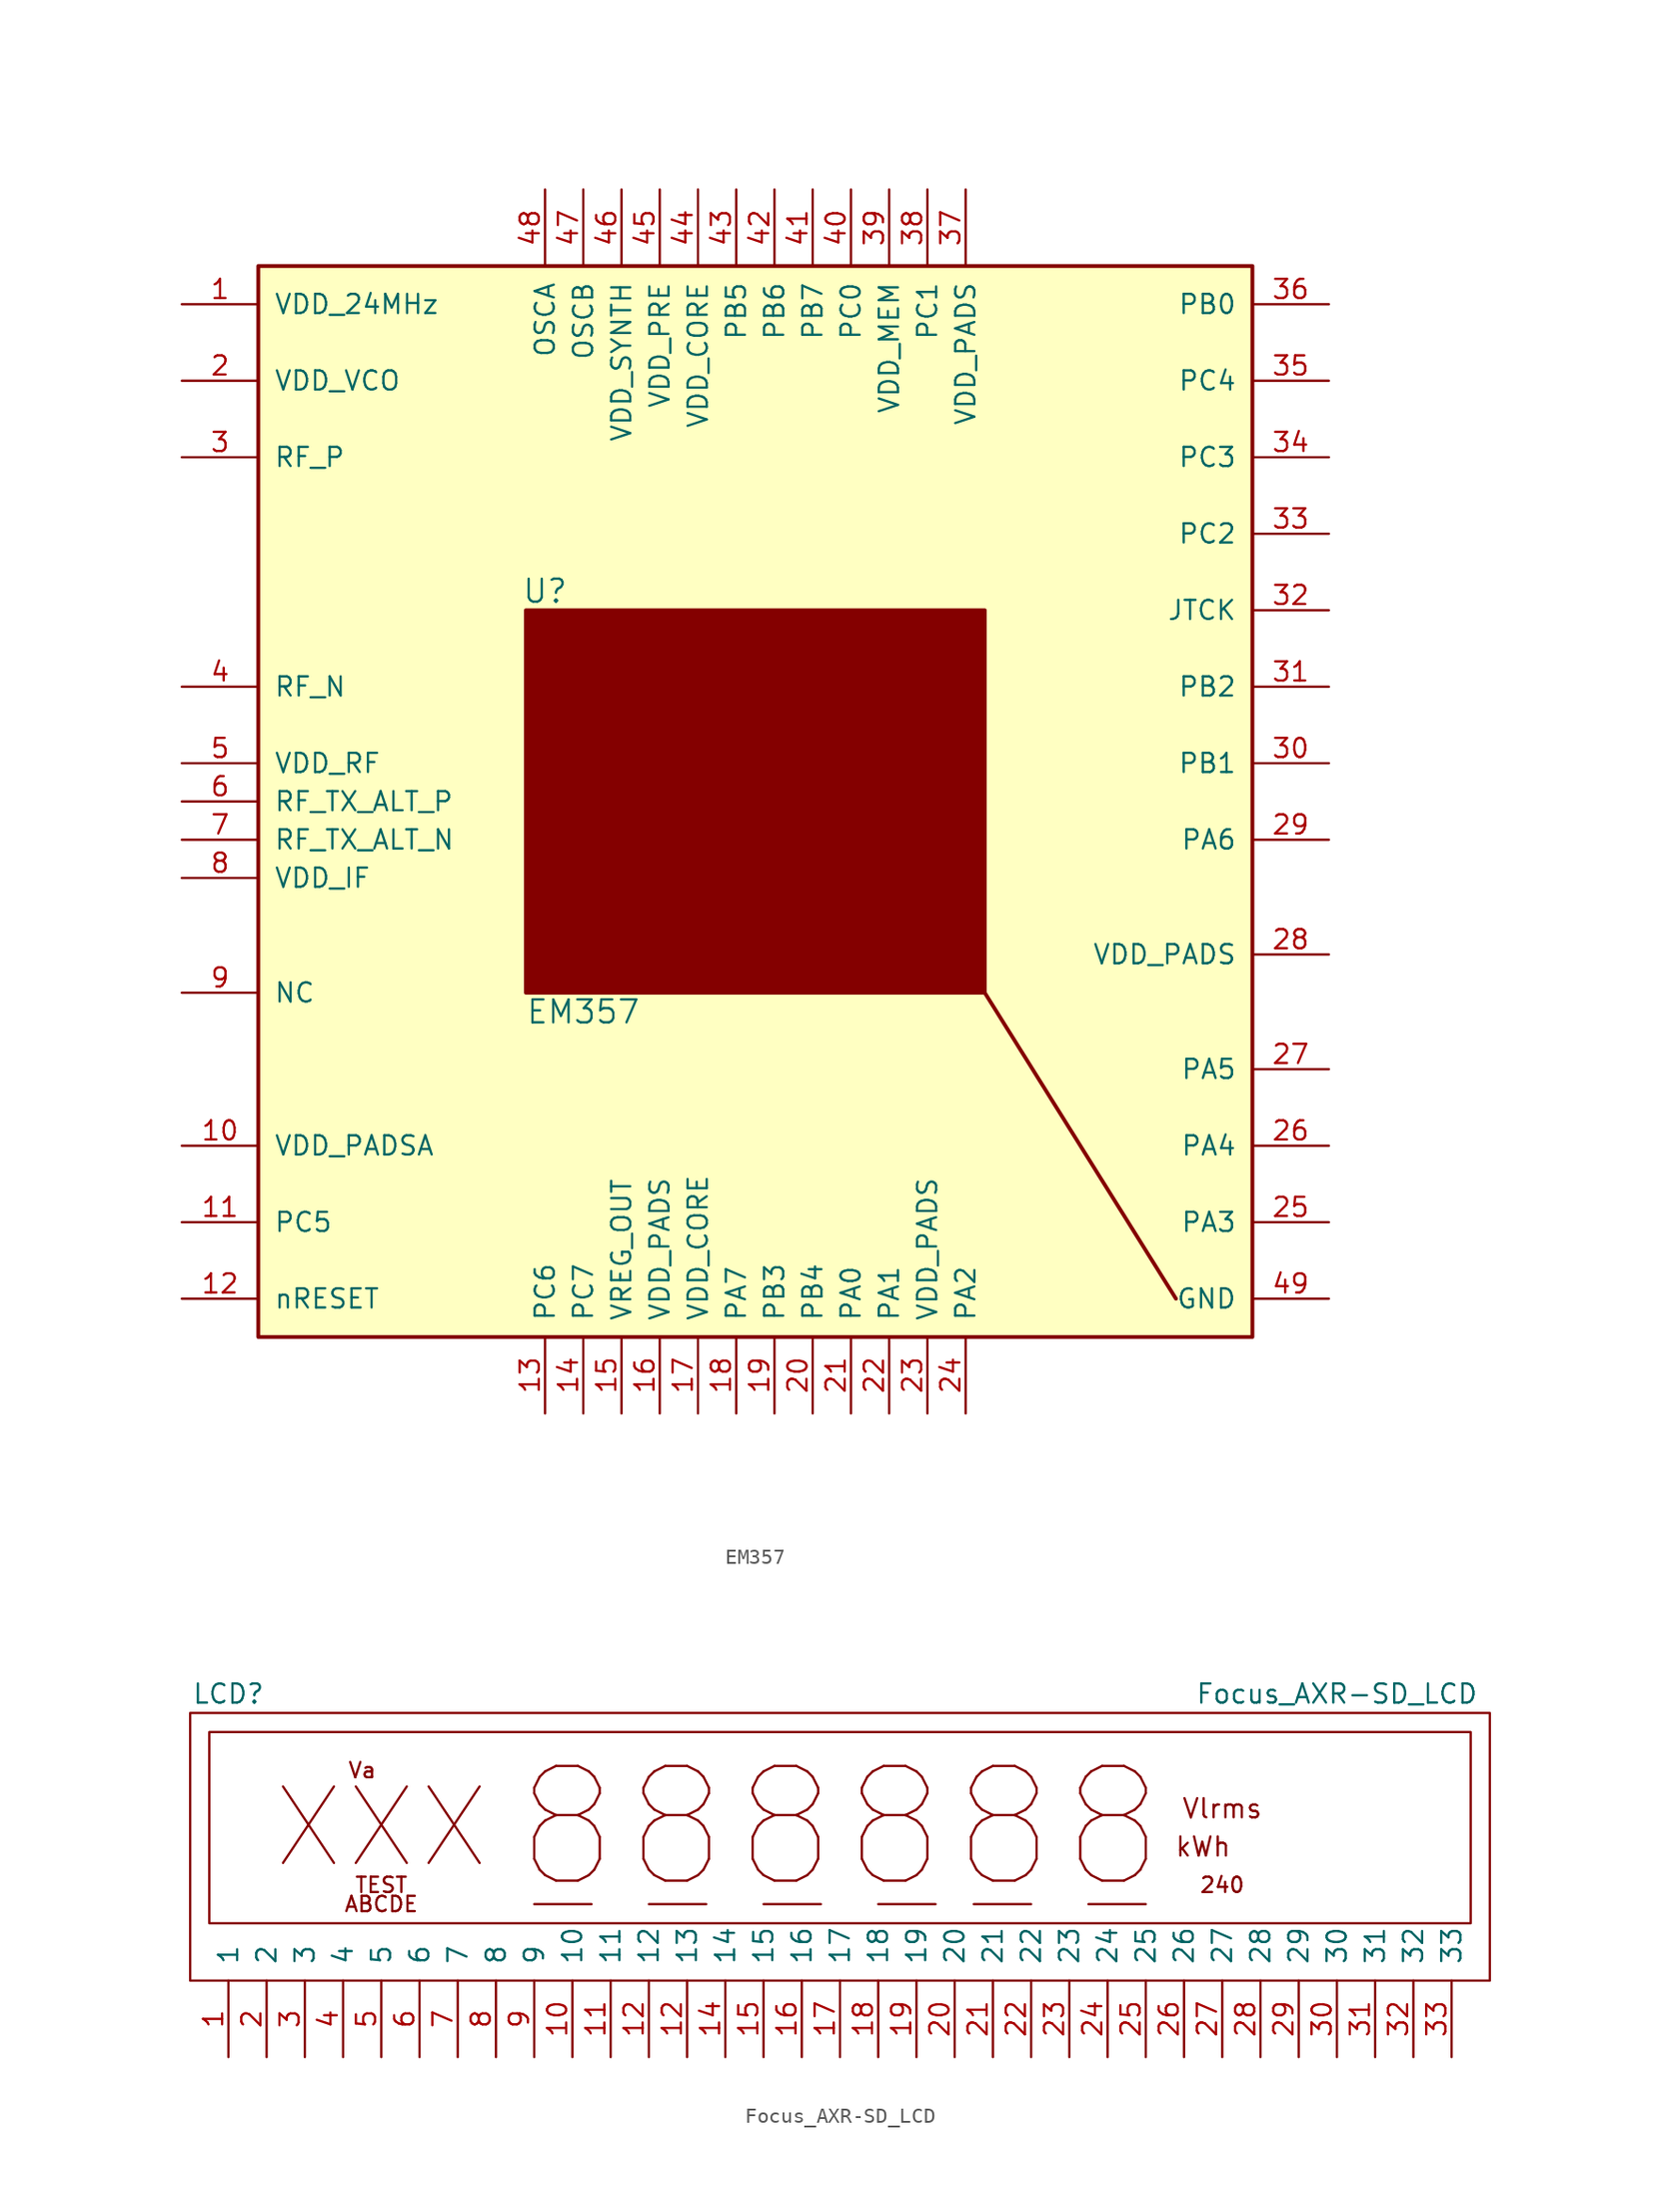
<source format=kicad_sym>
(kicad_symbol_lib
  (version 20220914)
  (generator kicad_symbol_editor)
  (symbol "EM357"
    (pin_names
      (offset 1.016))
    (property "Reference" "U"
      (at -13.97 13.97 0)
      (effects (font (size 1.524 1.524))))
    (property "Value" "EM357"
      (at -11.43 -13.97 0)
      (effects (font (size 1.524 1.524))))
    (symbol "EM357_0_1"
      (polyline (pts (xy 15.24 -12.7) (xy 27.94 -33.02)) (stroke (width 0.254) (type solid)) (fill (type none)))
      (rectangle (start 15.24 12.7) (end -15.24 -12.7) (stroke (width 0.254) (type solid)) (fill (type outline)))
      (rectangle (start 33.02 35.56) (end -33.02 -35.56) (stroke (width 0.254) (type solid)) (fill (type background))))
    (symbol "EM357_1_1"
      (pin input line (at -38.1 33.02 0) (length 5.08) (name "VDD_24MHz" (effects (font (size 1.27 1.27)))) (number "1" (effects (font (size 1.27 1.27)))))
      (pin input line (at -38.1 -22.86 0) (length 5.08) (name "VDD_PADSA" (effects (font (size 1.27 1.27)))) (number "10" (effects (font (size 1.27 1.27)))))
      (pin input line (at -38.1 -27.94 0) (length 5.08) (name "PC5" (effects (font (size 1.27 1.27)))) (number "11" (effects (font (size 1.27 1.27)))))
      (pin input line (at -38.1 -33.02 0) (length 5.08) (name "nRESET" (effects (font (size 1.27 1.27)))) (number "12" (effects (font (size 1.27 1.27)))))
      (pin input line (at -13.97 -40.64 90) (length 5.08) (name "PC6" (effects (font (size 1.27 1.27)))) (number "13" (effects (font (size 1.27 1.27)))))
      (pin input line (at -11.43 -40.64 90) (length 5.08) (name "PC7" (effects (font (size 1.27 1.27)))) (number "14" (effects (font (size 1.27 1.27)))))
      (pin input line (at -8.89 -40.64 90) (length 5.08) (name "VREG_OUT" (effects (font (size 1.27 1.27)))) (number "15" (effects (font (size 1.27 1.27)))))
      (pin input line (at -6.35 -40.64 90) (length 5.08) (name "VDD_PADS" (effects (font (size 1.27 1.27)))) (number "16" (effects (font (size 1.27 1.27)))))
      (pin input line (at -3.81 -40.64 90) (length 5.08) (name "VDD_CORE" (effects (font (size 1.27 1.27)))) (number "17" (effects (font (size 1.27 1.27)))))
      (pin input line (at -1.27 -40.64 90) (length 5.08) (name "PA7" (effects (font (size 1.27 1.27)))) (number "18" (effects (font (size 1.27 1.27)))))
      (pin input line (at 1.27 -40.64 90) (length 5.08) (name "PB3" (effects (font (size 1.27 1.27)))) (number "19" (effects (font (size 1.27 1.27)))))
      (pin input line (at -38.1 27.94 0) (length 5.08) (name "VDD_VCO" (effects (font (size 1.27 1.27)))) (number "2" (effects (font (size 1.27 1.27)))))
      (pin input line (at 3.81 -40.64 90) (length 5.08) (name "PB4" (effects (font (size 1.27 1.27)))) (number "20" (effects (font (size 1.27 1.27)))))
      (pin input line (at 6.35 -40.64 90) (length 5.08) (name "PA0" (effects (font (size 1.27 1.27)))) (number "21" (effects (font (size 1.27 1.27)))))
      (pin input line (at 8.89 -40.64 90) (length 5.08) (name "PA1" (effects (font (size 1.27 1.27)))) (number "22" (effects (font (size 1.27 1.27)))))
      (pin input line (at 11.43 -40.64 90) (length 5.08) (name "VDD_PADS" (effects (font (size 1.27 1.27)))) (number "23" (effects (font (size 1.27 1.27)))))
      (pin input line (at 13.97 -40.64 90) (length 5.08) (name "PA2" (effects (font (size 1.27 1.27)))) (number "24" (effects (font (size 1.27 1.27)))))
      (pin input line (at 38.1 -27.94 180) (length 5.08) (name "PA3" (effects (font (size 1.27 1.27)))) (number "25" (effects (font (size 1.27 1.27)))))
      (pin input line (at 38.1 -22.86 180) (length 5.08) (name "PA4" (effects (font (size 1.27 1.27)))) (number "26" (effects (font (size 1.27 1.27)))))
      (pin input line (at 38.1 -17.78 180) (length 5.08) (name "PA5" (effects (font (size 1.27 1.27)))) (number "27" (effects (font (size 1.27 1.27)))))
      (pin input line (at 38.1 -10.16 180) (length 5.08) (name "VDD_PADS" (effects (font (size 1.27 1.27)))) (number "28" (effects (font (size 1.27 1.27)))))
      (pin input line (at 38.1 -2.54 180) (length 5.08) (name "PA6" (effects (font (size 1.27 1.27)))) (number "29" (effects (font (size 1.27 1.27)))))
      (pin input line (at -38.1 22.86 0) (length 5.08) (name "RF_P" (effects (font (size 1.27 1.27)))) (number "3" (effects (font (size 1.27 1.27)))))
      (pin input line (at 38.1 2.54 180) (length 5.08) (name "PB1" (effects (font (size 1.27 1.27)))) (number "30" (effects (font (size 1.27 1.27)))))
      (pin input line (at 38.1 7.62 180) (length 5.08) (name "PB2" (effects (font (size 1.27 1.27)))) (number "31" (effects (font (size 1.27 1.27)))))
      (pin input line (at 38.1 12.7 180) (length 5.08) (name "JTCK" (effects (font (size 1.27 1.27)))) (number "32" (effects (font (size 1.27 1.27)))))
      (pin input line (at 38.1 17.78 180) (length 5.08) (name "PC2" (effects (font (size 1.27 1.27)))) (number "33" (effects (font (size 1.27 1.27)))))
      (pin input line (at 38.1 22.86 180) (length 5.08) (name "PC3" (effects (font (size 1.27 1.27)))) (number "34" (effects (font (size 1.27 1.27)))))
      (pin input line (at 38.1 27.94 180) (length 5.08) (name "PC4" (effects (font (size 1.27 1.27)))) (number "35" (effects (font (size 1.27 1.27)))))
      (pin input line (at 38.1 33.02 180) (length 5.08) (name "PB0" (effects (font (size 1.27 1.27)))) (number "36" (effects (font (size 1.27 1.27)))))
      (pin input line (at 13.97 40.64 270) (length 5.08) (name "VDD_PADS" (effects (font (size 1.27 1.27)))) (number "37" (effects (font (size 1.27 1.27)))))
      (pin input line (at 11.43 40.64 270) (length 5.08) (name "PC1" (effects (font (size 1.27 1.27)))) (number "38" (effects (font (size 1.27 1.27)))))
      (pin input line (at 8.89 40.64 270) (length 5.08) (name "VDD_MEM" (effects (font (size 1.27 1.27)))) (number "39" (effects (font (size 1.27 1.27)))))
      (pin input line (at -38.1 7.62 0) (length 5.08) (name "RF_N" (effects (font (size 1.27 1.27)))) (number "4" (effects (font (size 1.27 1.27)))))
      (pin input line (at 6.35 40.64 270) (length 5.08) (name "PC0" (effects (font (size 1.27 1.27)))) (number "40" (effects (font (size 1.27 1.27)))))
      (pin input line (at 3.81 40.64 270) (length 5.08) (name "PB7" (effects (font (size 1.27 1.27)))) (number "41" (effects (font (size 1.27 1.27)))))
      (pin input line (at 1.27 40.64 270) (length 5.08) (name "PB6" (effects (font (size 1.27 1.27)))) (number "42" (effects (font (size 1.27 1.27)))))
      (pin input line (at -1.27 40.64 270) (length 5.08) (name "PB5" (effects (font (size 1.27 1.27)))) (number "43" (effects (font (size 1.27 1.27)))))
      (pin input line (at -3.81 40.64 270) (length 5.08) (name "VDD_CORE" (effects (font (size 1.27 1.27)))) (number "44" (effects (font (size 1.27 1.27)))))
      (pin input line (at -6.35 40.64 270) (length 5.08) (name "VDD_PRE" (effects (font (size 1.27 1.27)))) (number "45" (effects (font (size 1.27 1.27)))))
      (pin input line (at -8.89 40.64 270) (length 5.08) (name "VDD_SYNTH" (effects (font (size 1.27 1.27)))) (number "46" (effects (font (size 1.27 1.27)))))
      (pin input line (at -11.43 40.64 270) (length 5.08) (name "OSCB" (effects (font (size 1.27 1.27)))) (number "47" (effects (font (size 1.27 1.27)))))
      (pin input line (at -13.97 40.64 270) (length 5.08) (name "OSCA" (effects (font (size 1.27 1.27)))) (number "48" (effects (font (size 1.27 1.27)))))
      (pin input line (at 38.1 -33.02 180) (length 5.08) (name "GND" (effects (font (size 1.27 1.27)))) (number "49" (effects (font (size 1.27 1.27)))))
      (pin input line (at -38.1 2.54 0) (length 5.08) (name "VDD_RF" (effects (font (size 1.27 1.27)))) (number "5" (effects (font (size 1.27 1.27)))))
      (pin input line (at -38.1 0 0) (length 5.08) (name "RF_TX_ALT_P" (effects (font (size 1.27 1.27)))) (number "6" (effects (font (size 1.27 1.27)))))
      (pin input line (at -38.1 -2.54 0) (length 5.08) (name "RF_TX_ALT_N" (effects (font (size 1.27 1.27)))) (number "7" (effects (font (size 1.27 1.27)))))
      (pin input line (at -38.1 -5.08 0) (length 5.08) (name "VDD_IF" (effects (font (size 1.27 1.27)))) (number "8" (effects (font (size 1.27 1.27)))))
      (pin input line (at -38.1 -12.7 0) (length 5.08) (name "NC" (effects (font (size 1.27 1.27)))) (number "9" (effects (font (size 1.27 1.27)))))))
  (symbol "Focus_AXR-SD_LCD"
    (pin_names
      (offset 1.016))
    (property "Reference" "LCD"
      (at -40.64 10.16 0)
      (effects (font (size 1.27 1.27))))
    (property "Value" "Focus_AXR-SD_LCD"
      (at 33.02 10.16 0)
      (effects (font (size 1.27 1.27))))
    (property "Footprint" ""
      (at -2.54 0 0)
      (effects (font (size 1.27 1.27))))
    (property "Datasheet" ""
      (at -2.54 0 0)
      (effects (font (size 1.27 1.27))))
    (symbol "Focus_AXR-SD_LCD_0_0"
      (polyline (pts (xy -20.32 -3.81) (xy -16.51 -3.81)) (stroke (width 0) (type solid)) (fill (type none)))
      (polyline (pts (xy -12.7 -3.81) (xy -8.89 -3.81)) (stroke (width 0) (type solid)) (fill (type none)))
      (polyline (pts (xy -5.08 -3.81) (xy -1.27 -3.81)) (stroke (width 0) (type solid)) (fill (type none)))
      (polyline (pts (xy 2.54 -3.81) (xy 6.35 -3.81)) (stroke (width 0) (type solid)) (fill (type none)))
      (polyline (pts (xy 8.89 -3.81) (xy 12.7 -3.81)) (stroke (width 0) (type solid)) (fill (type none)))
      (polyline (pts (xy 16.51 -3.81) (xy 20.32 -3.81)) (stroke (width 0) (type solid)) (fill (type none)))
      (text "240" (at 25.4 -2.54 0) (effects (font (size 1.016 1.016))))
      (text "888888" (at 0 1.27 0) (effects (font (size 7.62 7.62))))
      (text "ABCDE" (at -30.48 -3.81 0) (effects (font (size 1.016 1.016))))
      (text "kWh" (at 24.13 0 0) (effects (font (size 1.27 1.27))))
      (text "TEST" (at -30.48 -2.54 0) (effects (font (size 1.016 1.016))))
      (text "Va" (at -31.75 5.08 0) (effects (font (size 1.016 1.016))))
      (text "Vlrms" (at 25.4 2.54 0) (effects (font (size 1.27 1.27))))
      (text "XXX" (at -30.48 1.27 0) (effects (font (size 5.08 5.08)))))
    (symbol "Focus_AXR-SD_LCD_0_1"
      (rectangle (start -43.18 -8.89) (end 43.18 8.89) (stroke (width 0) (type solid)) (fill (type none)))
      (rectangle (start -41.91 -5.08) (end 41.91 7.62) (stroke (width 0) (type solid)) (fill (type none))))
    (symbol "Focus_AXR-SD_LCD_1_1"
      (pin input line (at -40.64 -13.97 90) (length 5.08) (name "1" (effects (font (size 1.27 1.27)))) (number "1" (effects (font (size 1.27 1.27)))))
      (pin input line (at -17.78 -13.97 90) (length 5.08) (name "10" (effects (font (size 1.27 1.27)))) (number "10" (effects (font (size 1.27 1.27)))))
      (pin input line (at -15.24 -13.97 90) (length 5.08) (name "11" (effects (font (size 1.27 1.27)))) (number "11" (effects (font (size 1.27 1.27)))))
      (pin input line (at -12.7 -13.97 90) (length 5.08) (name "12" (effects (font (size 1.27 1.27)))) (number "12" (effects (font (size 1.27 1.27)))))
      (pin input line (at -10.16 -13.97 90) (length 5.08) (name "13" (effects (font (size 1.27 1.27)))) (number "12" (effects (font (size 1.27 1.27)))))
      (pin input line (at -7.62 -13.97 90) (length 5.08) (name "14" (effects (font (size 1.27 1.27)))) (number "14" (effects (font (size 1.27 1.27)))))
      (pin input line (at -5.08 -13.97 90) (length 5.08) (name "15" (effects (font (size 1.27 1.27)))) (number "15" (effects (font (size 1.27 1.27)))))
      (pin input line (at -2.54 -13.97 90) (length 5.08) (name "16" (effects (font (size 1.27 1.27)))) (number "16" (effects (font (size 1.27 1.27)))))
      (pin input line (at 0 -13.97 90) (length 5.08) (name "17" (effects (font (size 1.27 1.27)))) (number "17" (effects (font (size 1.27 1.27)))))
      (pin input line (at 2.54 -13.97 90) (length 5.08) (name "18" (effects (font (size 1.27 1.27)))) (number "18" (effects (font (size 1.27 1.27)))))
      (pin input line (at 5.08 -13.97 90) (length 5.08) (name "19" (effects (font (size 1.27 1.27)))) (number "19" (effects (font (size 1.27 1.27)))))
      (pin input line (at -38.1 -13.97 90) (length 5.08) (name "2" (effects (font (size 1.27 1.27)))) (number "2" (effects (font (size 1.27 1.27)))))
      (pin input line (at 7.62 -13.97 90) (length 5.08) (name "20" (effects (font (size 1.27 1.27)))) (number "20" (effects (font (size 1.27 1.27)))))
      (pin input line (at 10.16 -13.97 90) (length 5.08) (name "21" (effects (font (size 1.27 1.27)))) (number "21" (effects (font (size 1.27 1.27)))))
      (pin input line (at 12.7 -13.97 90) (length 5.08) (name "22" (effects (font (size 1.27 1.27)))) (number "22" (effects (font (size 1.27 1.27)))))
      (pin input line (at 15.24 -13.97 90) (length 5.08) (name "23" (effects (font (size 1.27 1.27)))) (number "23" (effects (font (size 1.27 1.27)))))
      (pin input line (at 17.78 -13.97 90) (length 5.08) (name "24" (effects (font (size 1.27 1.27)))) (number "24" (effects (font (size 1.27 1.27)))))
      (pin input line (at 20.32 -13.97 90) (length 5.08) (name "25" (effects (font (size 1.27 1.27)))) (number "25" (effects (font (size 1.27 1.27)))))
      (pin input line (at 22.86 -13.97 90) (length 5.08) (name "26" (effects (font (size 1.27 1.27)))) (number "26" (effects (font (size 1.27 1.27)))))
      (pin input line (at 25.4 -13.97 90) (length 5.08) (name "27" (effects (font (size 1.27 1.27)))) (number "27" (effects (font (size 1.27 1.27)))))
      (pin input line (at 27.94 -13.97 90) (length 5.08) (name "28" (effects (font (size 1.27 1.27)))) (number "28" (effects (font (size 1.27 1.27)))))
      (pin input line (at 30.48 -13.97 90) (length 5.08) (name "29" (effects (font (size 1.27 1.27)))) (number "29" (effects (font (size 1.27 1.27)))))
      (pin input line (at -35.56 -13.97 90) (length 5.08) (name "3" (effects (font (size 1.27 1.27)))) (number "3" (effects (font (size 1.27 1.27)))))
      (pin input line (at 33.02 -13.97 90) (length 5.08) (name "30" (effects (font (size 1.27 1.27)))) (number "30" (effects (font (size 1.27 1.27)))))
      (pin input line (at 35.56 -13.97 90) (length 5.08) (name "31" (effects (font (size 1.27 1.27)))) (number "31" (effects (font (size 1.27 1.27)))))
      (pin input line (at 38.1 -13.97 90) (length 5.08) (name "32" (effects (font (size 1.27 1.27)))) (number "32" (effects (font (size 1.27 1.27)))))
      (pin input line (at 40.64 -13.97 90) (length 5.08) (name "33" (effects (font (size 1.27 1.27)))) (number "33" (effects (font (size 1.27 1.27)))))
      (pin input line (at -33.02 -13.97 90) (length 5.08) (name "4" (effects (font (size 1.27 1.27)))) (number "4" (effects (font (size 1.27 1.27)))))
      (pin input line (at -30.48 -13.97 90) (length 5.08) (name "5" (effects (font (size 1.27 1.27)))) (number "5" (effects (font (size 1.27 1.27)))))
      (pin input line (at -27.94 -13.97 90) (length 5.08) (name "6" (effects (font (size 1.27 1.27)))) (number "6" (effects (font (size 1.27 1.27)))))
      (pin input line (at -25.4 -13.97 90) (length 5.08) (name "7" (effects (font (size 1.27 1.27)))) (number "7" (effects (font (size 1.27 1.27)))))
      (pin input line (at -22.86 -13.97 90) (length 5.08) (name "8" (effects (font (size 1.27 1.27)))) (number "8" (effects (font (size 1.27 1.27)))))
      (pin input line (at -20.32 -13.97 90) (length 5.08) (name "9" (effects (font (size 1.27 1.27)))) (number "9" (effects (font (size 1.27 1.27))))))))
</source>
